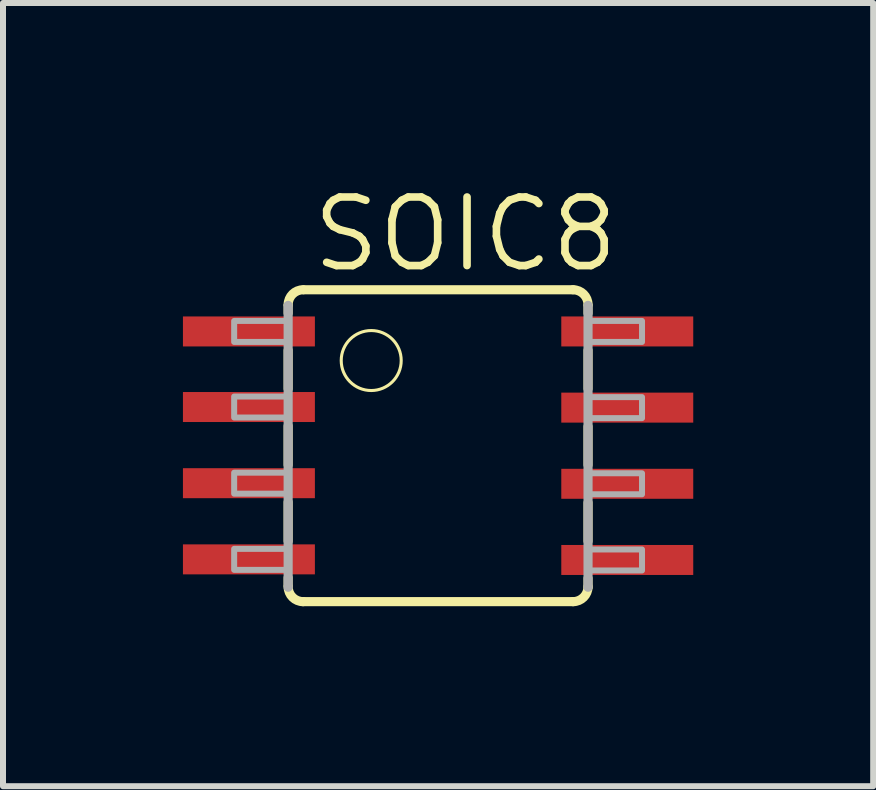
<source format=kicad_pcb>
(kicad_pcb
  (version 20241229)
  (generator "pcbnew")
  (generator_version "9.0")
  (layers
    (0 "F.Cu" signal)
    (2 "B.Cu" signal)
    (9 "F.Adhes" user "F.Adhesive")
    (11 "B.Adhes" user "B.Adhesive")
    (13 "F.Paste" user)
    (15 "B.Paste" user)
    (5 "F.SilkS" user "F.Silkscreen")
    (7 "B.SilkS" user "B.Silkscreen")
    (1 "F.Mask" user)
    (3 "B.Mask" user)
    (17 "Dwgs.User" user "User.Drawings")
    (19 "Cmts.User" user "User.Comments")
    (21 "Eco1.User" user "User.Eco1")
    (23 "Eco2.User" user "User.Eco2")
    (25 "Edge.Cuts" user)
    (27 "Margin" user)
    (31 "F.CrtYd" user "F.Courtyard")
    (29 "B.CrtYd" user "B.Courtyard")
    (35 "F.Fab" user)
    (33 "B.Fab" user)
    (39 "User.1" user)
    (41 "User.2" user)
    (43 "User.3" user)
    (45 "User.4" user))
  (footprint "SOIC8"
    (layer "F.Cu")
    (at 4.254 4.381)
    (property "Reference" "SOIC8" (at -2.159 -2.857 0) (unlocked yes) (layer "F.SilkS") (effects (font (size 1.143 1.143) (thickness 0.127)) (justify left bottom)))
    (fp_line (start -2.5 -2.21) (end -2.5 -2.34) (stroke (width 0.152) (type solid)) (layer "F.SilkS"))
    (fp_line (start -2.5 -0.95) (end -2.5 -1.59) (stroke (width 0.152) (type solid)) (layer "F.SilkS"))
    (fp_line (start -2.5 0.32) (end -2.5 -0.33) (stroke (width 0.152) (type solid)) (layer "F.SilkS"))
    (fp_line (start -2.5 1.59) (end -2.5 0.94) (stroke (width 0.152) (type solid)) (layer "F.SilkS"))
    (fp_line (start -2.5 2.2) (end -2.5 2.33) (stroke (width 0.152) (type solid)) (layer "F.SilkS"))
    (fp_line (start -2.25 2.6) (end 2.25 2.6) (stroke (width 0.152) (type solid)) (layer "F.SilkS"))
    (fp_line (start 2.25 -2.6) (end -2.24 -2.6) (stroke (width 0.152) (type solid)) (layer "F.SilkS"))
    (fp_line (start 2.5 -2.21) (end 2.5 -2.34) (stroke (width 0.152) (type solid)) (layer "F.SilkS"))
    (fp_line (start 2.5 -1.59) (end 2.5 -0.95) (stroke (width 0.152) (type solid)) (layer "F.SilkS"))
    (fp_line (start 2.5 -0.32) (end 2.5 0.32) (stroke (width 0.152) (type solid)) (layer "F.SilkS"))
    (fp_line (start 2.5 0.95) (end 2.5 1.59) (stroke (width 0.152) (type solid)) (layer "F.SilkS"))
    (fp_line (start 2.5 2.21) (end 2.5 2.36) (stroke (width 0.152) (type solid)) (layer "F.SilkS"))
    (fp_arc (start -2.5 -2.35) (mid -2.426777 -2.526777) (end -2.25 -2.6) (stroke (width 0.1524) (type solid)) (layer "F.SilkS"))
    (fp_arc (start -2.25 2.6) (mid -2.426777 2.526777) (end -2.5 2.35) (stroke (width 0.1524) (type solid)) (layer "F.SilkS"))
    (fp_arc (start 2.25 -2.6) (mid 2.426777 -2.526777) (end 2.5 -2.35) (stroke (width 0.1524) (type solid)) (layer "F.SilkS"))
    (fp_arc (start 2.5 2.35) (mid 2.426777 2.526777) (end 2.25 2.6) (stroke (width 0.1524) (type solid)) (layer "F.SilkS"))
    (fp_circle (center -1.115 -1.42) (end -0.615 -1.42) (stroke (width 0.051) (type solid)) (fill no) (layer "F.SilkS"))
    (fp_line (start -2.5 2.36) (end -2.5 -2.34) (stroke (width 0.152) (type solid)) (layer "F.Fab"))
    (fp_line (start 2.5 -2.34) (end 2.5 2.36) (stroke (width 0.152) (type solid)) (layer "F.Fab"))
    (fp_poly (pts (xy -3.4 -2.08) (xy -3.4 -1.73) (xy -2.5 -1.73) (xy -2.5 -2.08)) (stroke (width 0.1) (type default)) (fill no) (layer "F.Fab"))
    (fp_poly (pts (xy -3.4 -0.82) (xy -3.4 -0.47) (xy -2.5 -0.47) (xy -2.5 -0.82)) (stroke (width 0.1) (type default)) (fill no) (layer "F.Fab"))
    (fp_poly (pts (xy -3.4 0.45) (xy -3.4 0.8) (xy -2.5 0.8) (xy -2.5 0.45)) (stroke (width 0.1) (type default)) (fill no) (layer "F.Fab"))
    (fp_poly (pts (xy -3.4 1.72) (xy -3.4 2.07) (xy -2.5 2.07) (xy -2.5 1.72)) (stroke (width 0.1) (type default)) (fill no) (layer "F.Fab"))
    (fp_poly (pts (xy 2.5 -2.08) (xy 2.5 -1.73) (xy 3.4 -1.73) (xy 3.4 -2.08)) (stroke (width 0.1) (type default)) (fill no) (layer "F.Fab"))
    (fp_poly (pts (xy 2.5 -0.81) (xy 2.5 -0.46) (xy 3.4 -0.46) (xy 3.4 -0.81)) (stroke (width 0.1) (type default)) (fill no) (layer "F.Fab"))
    (fp_poly (pts (xy 2.5 0.46) (xy 2.5 0.81) (xy 3.4 0.81) (xy 3.4 0.46)) (stroke (width 0.1) (type default)) (fill no) (layer "F.Fab"))
    (fp_poly (pts (xy 2.5 1.73) (xy 2.5 2.08) (xy 3.4 2.08) (xy 3.4 1.73)) (stroke (width 0.1) (type default)) (fill no) (layer "F.Fab"))
    (pad "1" smd rect (at -3.154 -1.905 270) (size 0.5 2.2) (layers "F.Cu" "F.Mask" "F.Paste"))
    (pad "2" smd rect (at -3.154 -0.645 270) (size 0.5 2.2) (layers "F.Cu" "F.Mask" "F.Paste"))
    (pad "3" smd rect (at -3.154 0.625 270) (size 0.5 2.2) (layers "F.Cu" "F.Mask" "F.Paste"))
    (pad "4" smd rect (at -3.154 1.895 270) (size 0.5 2.2) (layers "F.Cu" "F.Mask" "F.Paste"))
    (pad "5" smd rect (at 3.154 1.905 270) (size 0.5 2.2) (layers "F.Cu" "F.Mask" "F.Paste"))
    (pad "6" smd rect (at 3.154 0.635 270) (size 0.5 2.2) (layers "F.Cu" "F.Mask" "F.Paste"))
    (pad "7" smd rect (at 3.154 -0.635 270) (size 0.5 2.2) (layers "F.Cu" "F.Mask" "F.Paste"))
    (pad "8" smd rect (at 3.154 -1.905 270) (size 0.5 2.2) (layers "F.Cu" "F.Mask" "F.Paste")))
  (gr_rect
    (start -3 -3)
    (end 11.508 10.058)
    (stroke (width 0.1) (type default))
    (fill no)
    (layer "Edge.Cuts")))
</source>
